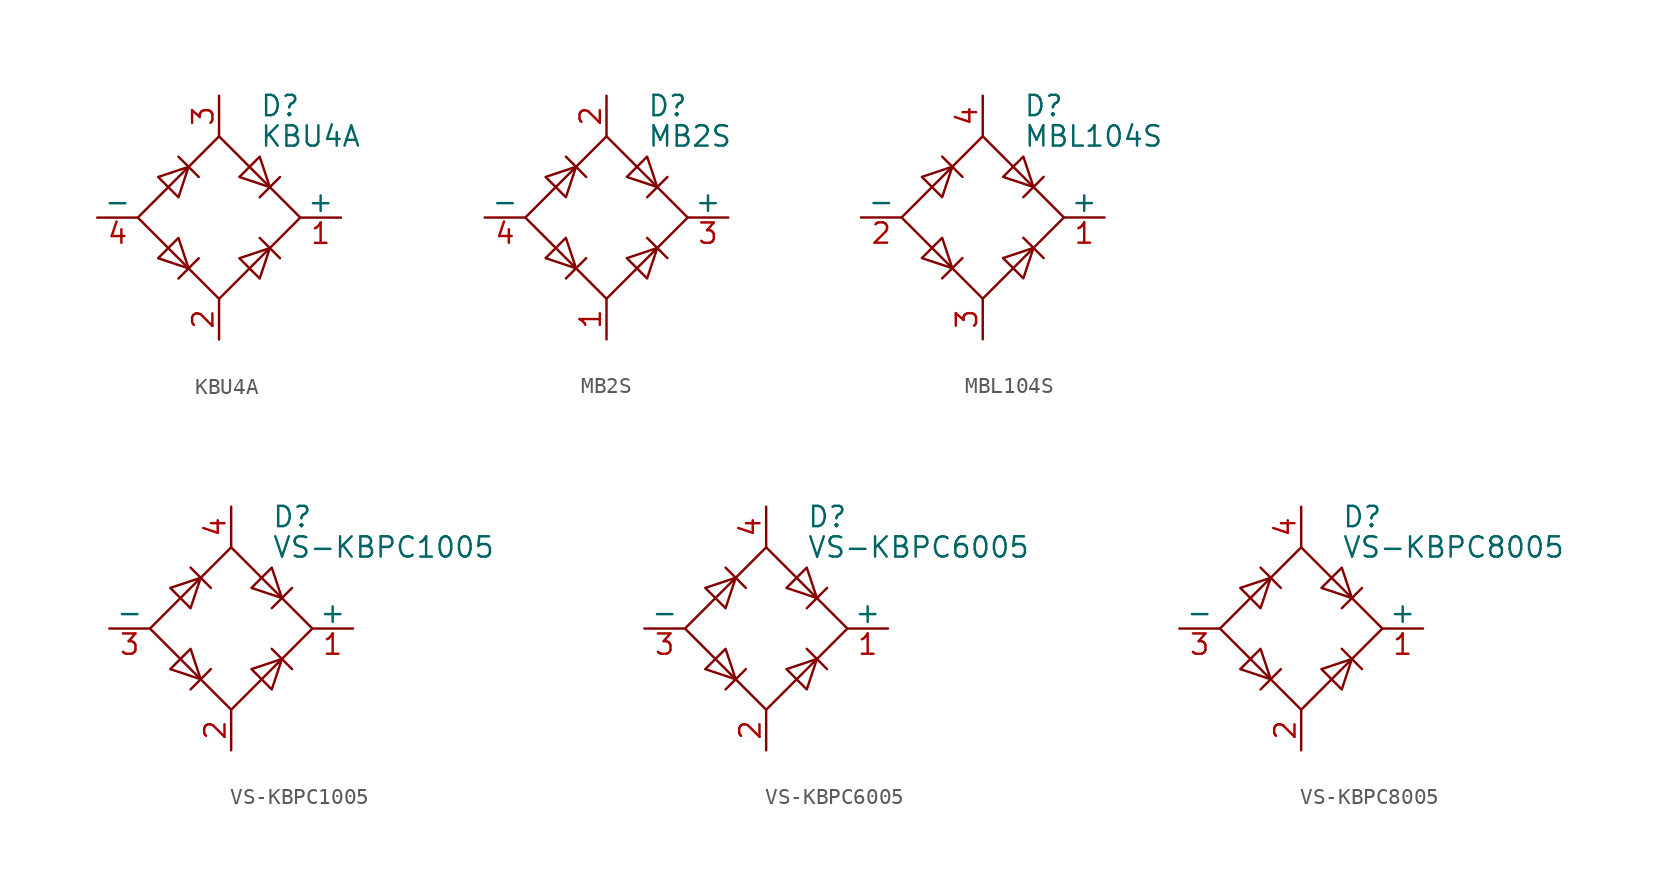
<source format=kicad_sym>
(kicad_symbol_lib
  (version 20201005)
  (generator kicad_symbol_editor)
  (symbol "KBU4A"
    (pin_names
      (offset 0))
    (property "Reference" "D"
      (at 2.54 6.985 0)
      (effects (font (size 1.27 1.27)) (justify left)))
    (property "Value" "KBU4A"
      (at 2.54 5.08 0)
      (effects (font (size 1.27 1.27)) (justify left)))
    (symbol "KBU4A_0_1"
      (polyline (pts (xy -2.54 3.81) (xy -1.27 2.54)) (stroke (width 0)) (fill (type none)))
      (polyline (pts (xy -1.27 -2.54) (xy -2.54 -3.81)) (stroke (width 0)) (fill (type none)))
      (polyline (pts (xy 2.54 -1.27) (xy 3.81 -2.54)) (stroke (width 0)) (fill (type none)))
      (polyline (pts (xy 2.54 1.27) (xy 3.81 2.54)) (stroke (width 0)) (fill (type none)))
      (polyline (pts (xy -3.81 2.54) (xy -2.54 1.27) (xy -1.905 3.175) (xy -3.81 2.54)) (stroke (width 0)) (fill (type none)))
      (polyline (pts (xy -2.54 -1.27) (xy -3.81 -2.54) (xy -1.905 -3.175) (xy -2.54 -1.27)) (stroke (width 0)) (fill (type none)))
      (polyline (pts (xy 1.27 2.54) (xy 2.54 3.81) (xy 3.175 1.905) (xy 1.27 2.54)) (stroke (width 0)) (fill (type none)))
      (polyline (pts (xy 3.175 -1.905) (xy 1.27 -2.54) (xy 2.54 -3.81) (xy 3.175 -1.905)) (stroke (width 0)) (fill (type none)))
      (polyline (pts (xy -5.08 0) (xy 0 -5.08) (xy 5.08 0) (xy 0 5.08) (xy -5.08 0)) (stroke (width 0)) (fill (type none))))
    (symbol "KBU4A_1_1"
      (pin passive line (at 7.62 0 180) (length 2.54) (name "+" (effects (font (size 1.27 1.27)))) (number "1" (effects (font (size 1.27 1.27)))))
      (pin passive line (at 0 -7.62 90) (length 2.54) (name "~~" (effects (font (size 1.27 1.27)))) (number "2" (effects (font (size 1.27 1.27)))))
      (pin passive line (at 0 7.62 270) (length 2.54) (name "~~" (effects (font (size 1.27 1.27)))) (number "3" (effects (font (size 1.27 1.27)))))
      (pin passive line (at -7.62 0 0) (length 2.54) (name "-" (effects (font (size 1.27 1.27)))) (number "4" (effects (font (size 1.27 1.27)))))))
  (symbol "MB2S"
    (pin_names
      (offset 0))
    (property "Reference" "D"
      (at 2.54 6.985 0)
      (effects (font (size 1.27 1.27)) (justify left)))
    (property "Value" "MB2S"
      (at 2.54 5.08 0)
      (effects (font (size 1.27 1.27)) (justify left)))
    (symbol "MB2S_0_1"
      (polyline (pts (xy -2.54 3.81) (xy -1.27 2.54)) (stroke (width 0)) (fill (type none)))
      (polyline (pts (xy -1.27 -2.54) (xy -2.54 -3.81)) (stroke (width 0)) (fill (type none)))
      (polyline (pts (xy 2.54 -1.27) (xy 3.81 -2.54)) (stroke (width 0)) (fill (type none)))
      (polyline (pts (xy 2.54 1.27) (xy 3.81 2.54)) (stroke (width 0)) (fill (type none)))
      (polyline (pts (xy -3.81 2.54) (xy -2.54 1.27) (xy -1.905 3.175) (xy -3.81 2.54)) (stroke (width 0)) (fill (type none)))
      (polyline (pts (xy -2.54 -1.27) (xy -3.81 -2.54) (xy -1.905 -3.175) (xy -2.54 -1.27)) (stroke (width 0)) (fill (type none)))
      (polyline (pts (xy 1.27 2.54) (xy 2.54 3.81) (xy 3.175 1.905) (xy 1.27 2.54)) (stroke (width 0)) (fill (type none)))
      (polyline (pts (xy 3.175 -1.905) (xy 1.27 -2.54) (xy 2.54 -3.81) (xy 3.175 -1.905)) (stroke (width 0)) (fill (type none)))
      (polyline (pts (xy -5.08 0) (xy 0 -5.08) (xy 5.08 0) (xy 0 5.08) (xy -5.08 0)) (stroke (width 0)) (fill (type none))))
    (symbol "MB2S_1_1"
      (pin passive line (at 0 -7.62 90) (length 2.54) (name "~~" (effects (font (size 1.27 1.27)))) (number "1" (effects (font (size 1.27 1.27)))))
      (pin passive line (at 0 7.62 270) (length 2.54) (name "~~" (effects (font (size 1.27 1.27)))) (number "2" (effects (font (size 1.27 1.27)))))
      (pin passive line (at 7.62 0 180) (length 2.54) (name "+" (effects (font (size 1.27 1.27)))) (number "3" (effects (font (size 1.27 1.27)))))
      (pin passive line (at -7.62 0 0) (length 2.54) (name "-" (effects (font (size 1.27 1.27)))) (number "4" (effects (font (size 1.27 1.27)))))))
  (symbol "MBL104S"
    (pin_names
      (offset 0))
    (property "Reference" "D"
      (at 2.54 6.985 0)
      (effects (font (size 1.27 1.27)) (justify left)))
    (property "Value" "MBL104S"
      (at 2.54 5.08 0)
      (effects (font (size 1.27 1.27)) (justify left)))
    (symbol "MBL104S_0_1"
      (polyline (pts (xy -2.54 3.81) (xy -1.27 2.54)) (stroke (width 0)) (fill (type none)))
      (polyline (pts (xy -1.27 -2.54) (xy -2.54 -3.81)) (stroke (width 0)) (fill (type none)))
      (polyline (pts (xy 2.54 -1.27) (xy 3.81 -2.54)) (stroke (width 0)) (fill (type none)))
      (polyline (pts (xy 2.54 1.27) (xy 3.81 2.54)) (stroke (width 0)) (fill (type none)))
      (polyline (pts (xy -3.81 2.54) (xy -2.54 1.27) (xy -1.905 3.175) (xy -3.81 2.54)) (stroke (width 0)) (fill (type none)))
      (polyline (pts (xy -2.54 -1.27) (xy -3.81 -2.54) (xy -1.905 -3.175) (xy -2.54 -1.27)) (stroke (width 0)) (fill (type none)))
      (polyline (pts (xy 1.27 2.54) (xy 2.54 3.81) (xy 3.175 1.905) (xy 1.27 2.54)) (stroke (width 0)) (fill (type none)))
      (polyline (pts (xy 3.175 -1.905) (xy 1.27 -2.54) (xy 2.54 -3.81) (xy 3.175 -1.905)) (stroke (width 0)) (fill (type none)))
      (polyline (pts (xy -5.08 0) (xy 0 -5.08) (xy 5.08 0) (xy 0 5.08) (xy -5.08 0)) (stroke (width 0)) (fill (type none))))
    (symbol "MBL104S_1_1"
      (pin passive line (at 7.62 0 180) (length 2.54) (name "+" (effects (font (size 1.27 1.27)))) (number "1" (effects (font (size 1.27 1.27)))))
      (pin passive line (at -7.62 0 0) (length 2.54) (name "-" (effects (font (size 1.27 1.27)))) (number "2" (effects (font (size 1.27 1.27)))))
      (pin passive line (at 0 -7.62 90) (length 2.54) (name "~~" (effects (font (size 1.27 1.27)))) (number "3" (effects (font (size 1.27 1.27)))))
      (pin passive line (at 0 7.62 270) (length 2.54) (name "~~" (effects (font (size 1.27 1.27)))) (number "4" (effects (font (size 1.27 1.27)))))))
  (symbol "VS-KBPC1005"
    (pin_names
      (offset 0))
    (property "Reference" "D"
      (at 2.54 6.985 0)
      (effects (font (size 1.27 1.27)) (justify left)))
    (property "Value" "VS-KBPC1005"
      (at 2.54 5.08 0)
      (effects (font (size 1.27 1.27)) (justify left)))
    (symbol "VS-KBPC1005_0_1"
      (polyline (pts (xy -2.54 3.81) (xy -1.27 2.54)) (stroke (width 0)) (fill (type none)))
      (polyline (pts (xy -1.27 -2.54) (xy -2.54 -3.81)) (stroke (width 0)) (fill (type none)))
      (polyline (pts (xy 2.54 -1.27) (xy 3.81 -2.54)) (stroke (width 0)) (fill (type none)))
      (polyline (pts (xy 2.54 1.27) (xy 3.81 2.54)) (stroke (width 0)) (fill (type none)))
      (polyline (pts (xy -3.81 2.54) (xy -2.54 1.27) (xy -1.905 3.175) (xy -3.81 2.54)) (stroke (width 0)) (fill (type none)))
      (polyline (pts (xy -2.54 -1.27) (xy -3.81 -2.54) (xy -1.905 -3.175) (xy -2.54 -1.27)) (stroke (width 0)) (fill (type none)))
      (polyline (pts (xy 1.27 2.54) (xy 2.54 3.81) (xy 3.175 1.905) (xy 1.27 2.54)) (stroke (width 0)) (fill (type none)))
      (polyline (pts (xy 3.175 -1.905) (xy 1.27 -2.54) (xy 2.54 -3.81) (xy 3.175 -1.905)) (stroke (width 0)) (fill (type none)))
      (polyline (pts (xy -5.08 0) (xy 0 -5.08) (xy 5.08 0) (xy 0 5.08) (xy -5.08 0)) (stroke (width 0)) (fill (type none))))
    (symbol "VS-KBPC1005_1_1"
      (pin passive line (at 7.62 0 180) (length 2.54) (name "+" (effects (font (size 1.27 1.27)))) (number "1" (effects (font (size 1.27 1.27)))))
      (pin passive line (at 0 -7.62 90) (length 2.54) (name "~~" (effects (font (size 1.27 1.27)))) (number "2" (effects (font (size 1.27 1.27)))))
      (pin passive line (at -7.62 0 0) (length 2.54) (name "-" (effects (font (size 1.27 1.27)))) (number "3" (effects (font (size 1.27 1.27)))))
      (pin passive line (at 0 7.62 270) (length 2.54) (name "~~" (effects (font (size 1.27 1.27)))) (number "4" (effects (font (size 1.27 1.27)))))))
  (symbol "VS-KBPC6005"
    (pin_names
      (offset 0))
    (property "Reference" "D"
      (at 2.54 6.985 0)
      (effects (font (size 1.27 1.27)) (justify left)))
    (property "Value" "VS-KBPC6005"
      (at 2.54 5.08 0)
      (effects (font (size 1.27 1.27)) (justify left)))
    (symbol "VS-KBPC6005_0_1"
      (polyline (pts (xy -2.54 3.81) (xy -1.27 2.54)) (stroke (width 0)) (fill (type none)))
      (polyline (pts (xy -1.27 -2.54) (xy -2.54 -3.81)) (stroke (width 0)) (fill (type none)))
      (polyline (pts (xy 2.54 -1.27) (xy 3.81 -2.54)) (stroke (width 0)) (fill (type none)))
      (polyline (pts (xy 2.54 1.27) (xy 3.81 2.54)) (stroke (width 0)) (fill (type none)))
      (polyline (pts (xy -3.81 2.54) (xy -2.54 1.27) (xy -1.905 3.175) (xy -3.81 2.54)) (stroke (width 0)) (fill (type none)))
      (polyline (pts (xy -2.54 -1.27) (xy -3.81 -2.54) (xy -1.905 -3.175) (xy -2.54 -1.27)) (stroke (width 0)) (fill (type none)))
      (polyline (pts (xy 1.27 2.54) (xy 2.54 3.81) (xy 3.175 1.905) (xy 1.27 2.54)) (stroke (width 0)) (fill (type none)))
      (polyline (pts (xy 3.175 -1.905) (xy 1.27 -2.54) (xy 2.54 -3.81) (xy 3.175 -1.905)) (stroke (width 0)) (fill (type none)))
      (polyline (pts (xy -5.08 0) (xy 0 -5.08) (xy 5.08 0) (xy 0 5.08) (xy -5.08 0)) (stroke (width 0)) (fill (type none))))
    (symbol "VS-KBPC6005_1_1"
      (pin passive line (at 7.62 0 180) (length 2.54) (name "+" (effects (font (size 1.27 1.27)))) (number "1" (effects (font (size 1.27 1.27)))))
      (pin passive line (at 0 -7.62 90) (length 2.54) (name "~~" (effects (font (size 1.27 1.27)))) (number "2" (effects (font (size 1.27 1.27)))))
      (pin passive line (at -7.62 0 0) (length 2.54) (name "-" (effects (font (size 1.27 1.27)))) (number "3" (effects (font (size 1.27 1.27)))))
      (pin passive line (at 0 7.62 270) (length 2.54) (name "~~" (effects (font (size 1.27 1.27)))) (number "4" (effects (font (size 1.27 1.27)))))))
  (symbol "VS-KBPC8005"
    (pin_names
      (offset 0))
    (property "Reference" "D"
      (at 2.54 6.985 0)
      (effects (font (size 1.27 1.27)) (justify left)))
    (property "Value" "VS-KBPC8005"
      (at 2.54 5.08 0)
      (effects (font (size 1.27 1.27)) (justify left)))
    (symbol "VS-KBPC8005_0_1"
      (polyline (pts (xy -2.54 3.81) (xy -1.27 2.54)) (stroke (width 0)) (fill (type none)))
      (polyline (pts (xy -1.27 -2.54) (xy -2.54 -3.81)) (stroke (width 0)) (fill (type none)))
      (polyline (pts (xy 2.54 -1.27) (xy 3.81 -2.54)) (stroke (width 0)) (fill (type none)))
      (polyline (pts (xy 2.54 1.27) (xy 3.81 2.54)) (stroke (width 0)) (fill (type none)))
      (polyline (pts (xy -3.81 2.54) (xy -2.54 1.27) (xy -1.905 3.175) (xy -3.81 2.54)) (stroke (width 0)) (fill (type none)))
      (polyline (pts (xy -2.54 -1.27) (xy -3.81 -2.54) (xy -1.905 -3.175) (xy -2.54 -1.27)) (stroke (width 0)) (fill (type none)))
      (polyline (pts (xy 1.27 2.54) (xy 2.54 3.81) (xy 3.175 1.905) (xy 1.27 2.54)) (stroke (width 0)) (fill (type none)))
      (polyline (pts (xy 3.175 -1.905) (xy 1.27 -2.54) (xy 2.54 -3.81) (xy 3.175 -1.905)) (stroke (width 0)) (fill (type none)))
      (polyline (pts (xy -5.08 0) (xy 0 -5.08) (xy 5.08 0) (xy 0 5.08) (xy -5.08 0)) (stroke (width 0)) (fill (type none))))
    (symbol "VS-KBPC8005_1_1"
      (pin passive line (at 7.62 0 180) (length 2.54) (name "+" (effects (font (size 1.27 1.27)))) (number "1" (effects (font (size 1.27 1.27)))))
      (pin passive line (at 0 -7.62 90) (length 2.54) (name "~~" (effects (font (size 1.27 1.27)))) (number "2" (effects (font (size 1.27 1.27)))))
      (pin passive line (at -7.62 0 0) (length 2.54) (name "-" (effects (font (size 1.27 1.27)))) (number "3" (effects (font (size 1.27 1.27)))))
      (pin passive line (at 0 7.62 270) (length 2.54) (name "~~" (effects (font (size 1.27 1.27)))) (number "4" (effects (font (size 1.27 1.27))))))))
</source>
